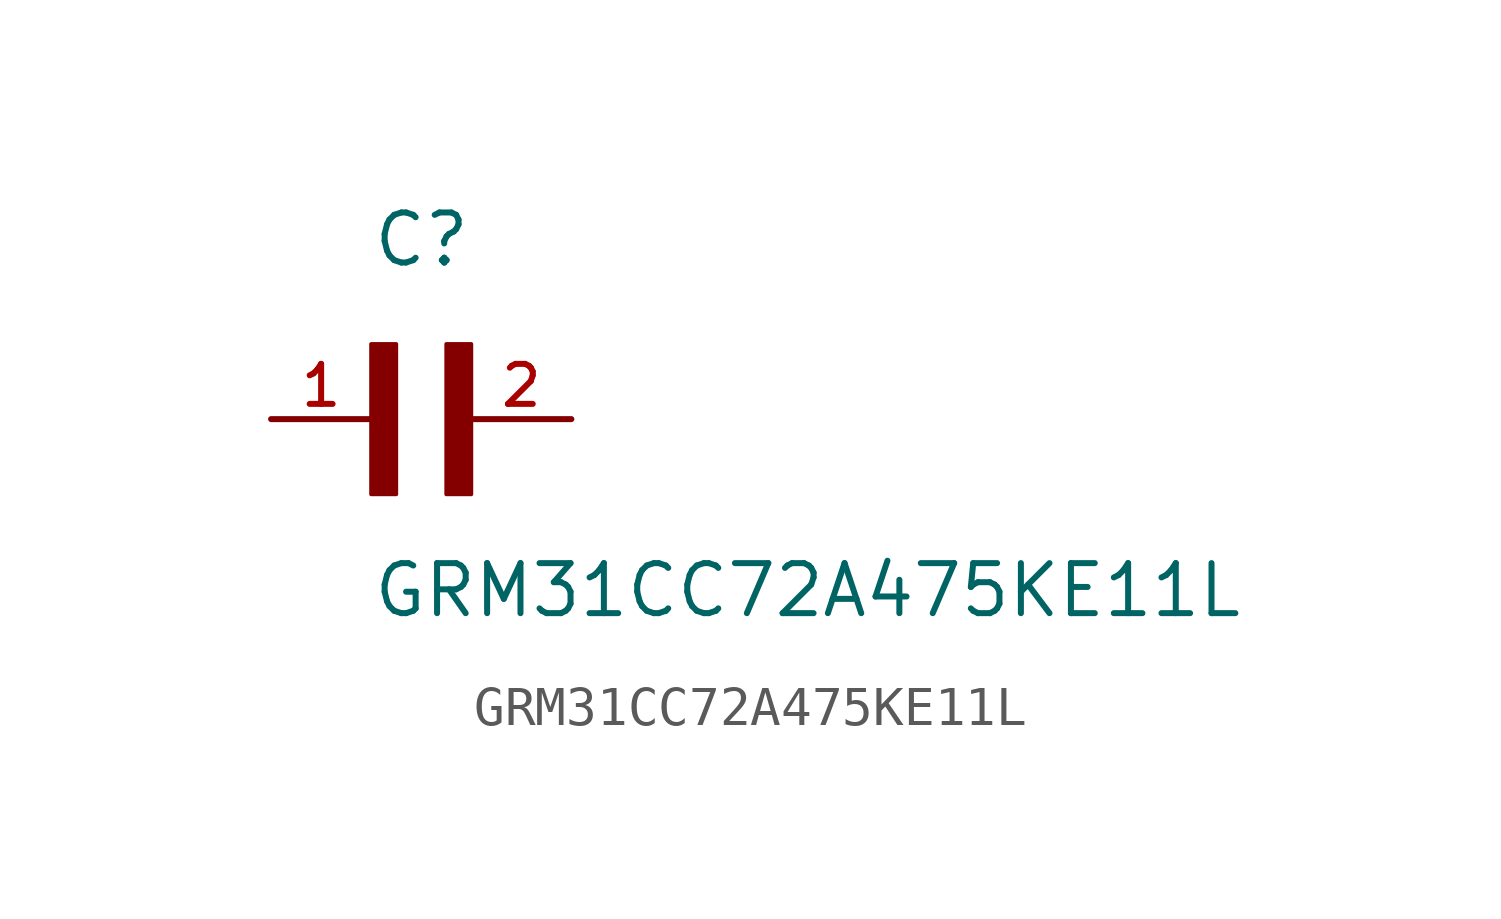
<source format=kicad_sym>
(kicad_symbol_lib
  (version 20211014)
  (generator kicad_symbol_editor)
  (symbol "GRM31CC72A475KE11L"
    (pin_names
      (offset 1.016))
    (property "Reference" "C"
      (at 0.0 3.811 0)
      (effects (font (size 1.27 1.27)) (justify bottom left)))
    (property "Value" "GRM31CC72A475KE11L"
      (at 0.0 -5.088 0)
      (effects (font (size 1.27 1.27)) (justify bottom left)))
    (symbol "GRM31CC72A475KE11L_0_0"
      (rectangle (start 0.0 -1.907) (end 0.635 1.905) (stroke (width 0.1)) (fill (type outline)))
      (rectangle (start 1.907 -1.907) (end 2.54 1.905) (stroke (width 0.1)) (fill (type outline)))
      (pin passive line (at 5.08 0.0 180.0) (length 2.54) (name "~" (effects (font (size 1.016 1.016)))) (number "2" (effects (font (size 1.016 1.016)))))
      (pin passive line (at -2.54 0.0 0) (length 2.54) (name "~" (effects (font (size 1.016 1.016)))) (number "1" (effects (font (size 1.016 1.016))))))))
</source>
